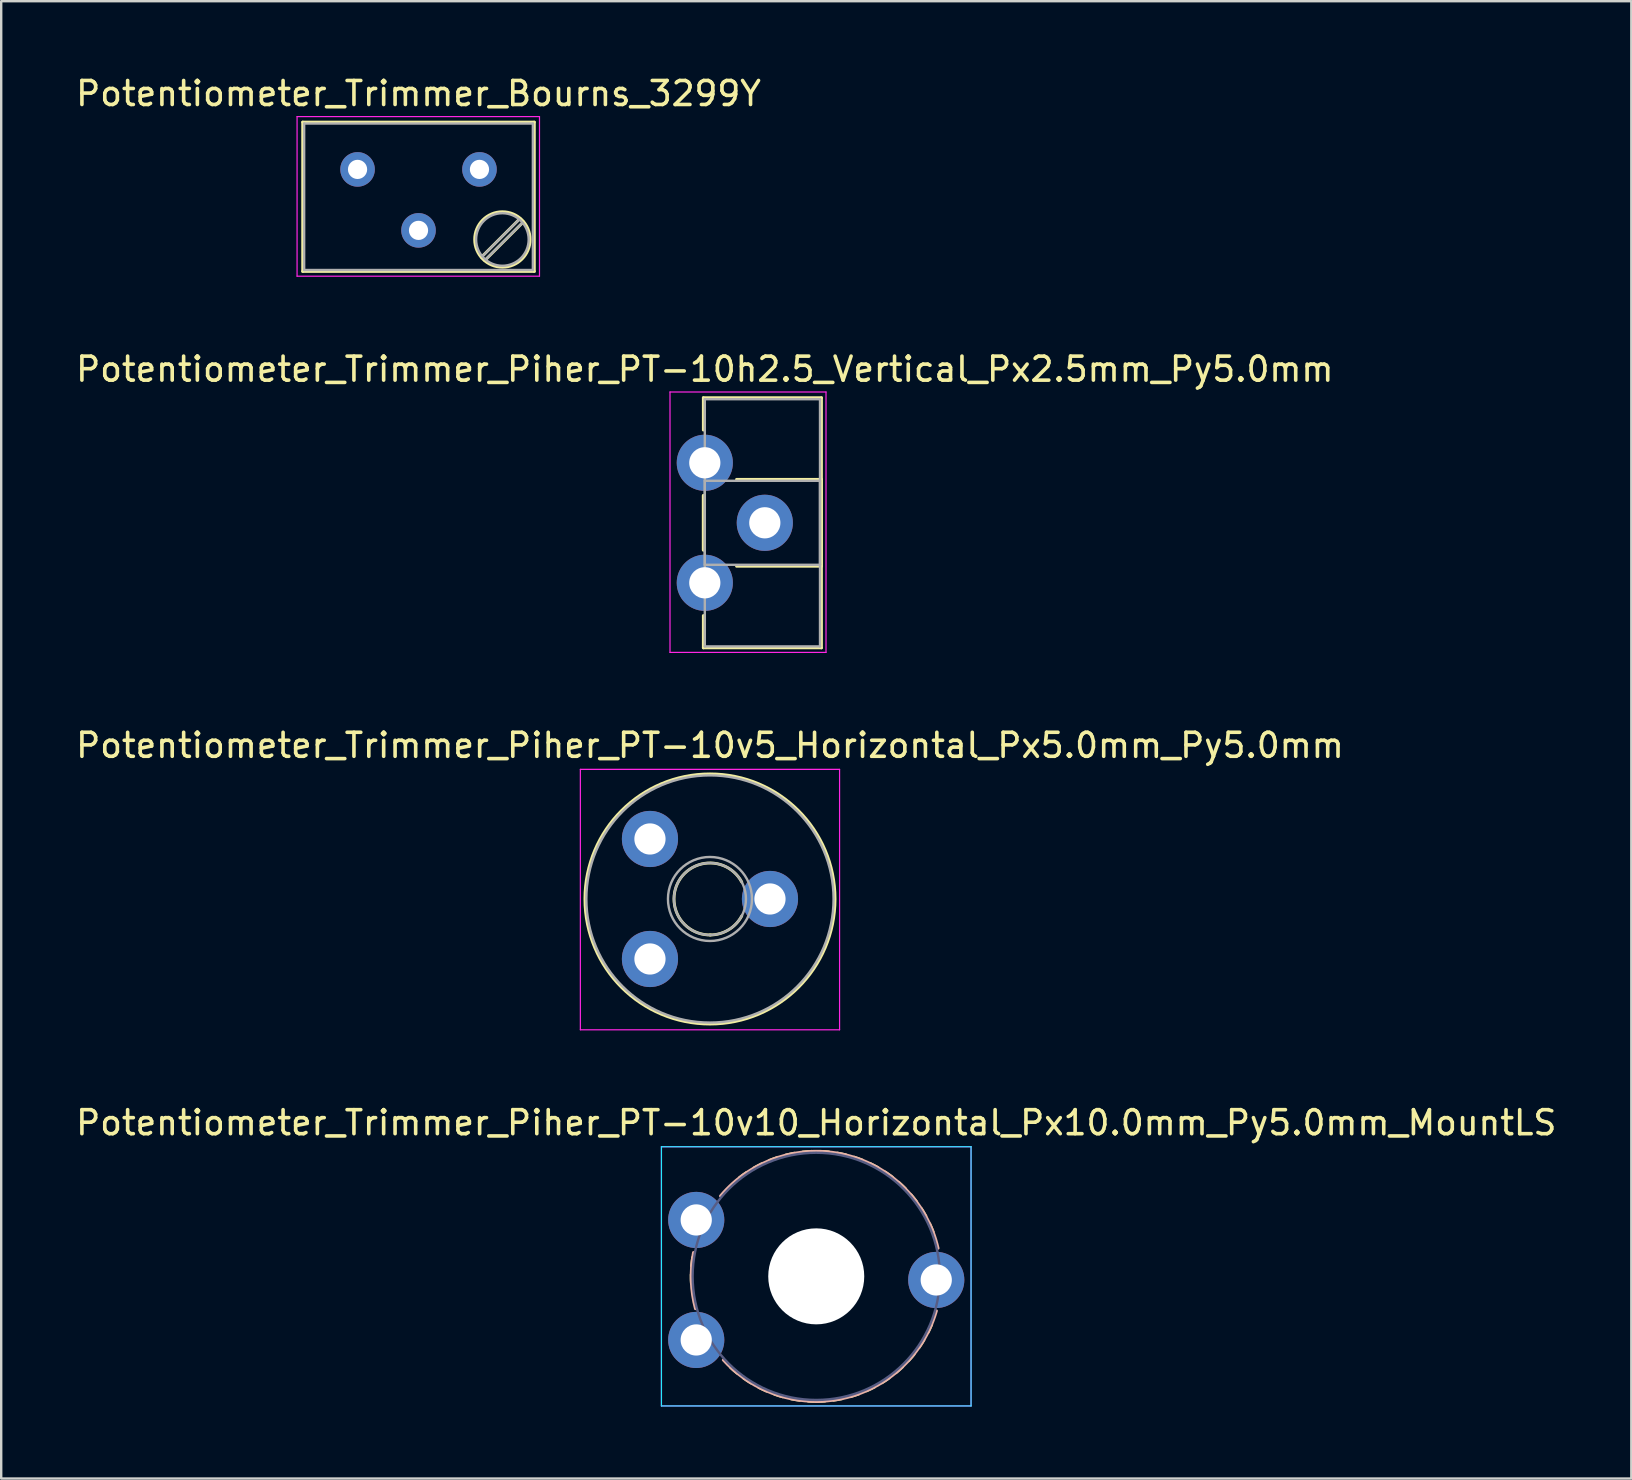
<source format=kicad_pcb>
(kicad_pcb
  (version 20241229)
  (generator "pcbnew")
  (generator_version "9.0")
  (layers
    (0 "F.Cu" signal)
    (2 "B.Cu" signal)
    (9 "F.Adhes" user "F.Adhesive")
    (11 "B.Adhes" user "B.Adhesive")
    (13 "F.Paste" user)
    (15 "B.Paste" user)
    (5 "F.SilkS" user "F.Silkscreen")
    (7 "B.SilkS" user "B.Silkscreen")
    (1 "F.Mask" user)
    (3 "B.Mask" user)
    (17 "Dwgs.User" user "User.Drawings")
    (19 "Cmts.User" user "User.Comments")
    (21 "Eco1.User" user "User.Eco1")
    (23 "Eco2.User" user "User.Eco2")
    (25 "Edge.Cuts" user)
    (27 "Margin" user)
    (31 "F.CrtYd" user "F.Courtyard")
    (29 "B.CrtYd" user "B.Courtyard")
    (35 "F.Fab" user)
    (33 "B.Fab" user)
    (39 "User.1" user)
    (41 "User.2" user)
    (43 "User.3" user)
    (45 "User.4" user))
  (footprint "Potentiometer_Trimmer_Piher_PT-10v5_Horizontal_Px5.0mm_Py5.0mm"
    (layer "F.Cu")
    (at 24.03 36.905)
    (property "Reference" "Potentiometer_Trimmer_Piher_PT-10v5_Horizontal_Px5.0mm_Py5.0mm" (at 2.5 -8.9 0) (layer "F.SilkS") (effects (font (size 1 1) (thickness 0.15))))
    (attr through_hole)
    (fp_arc (start 2.527185 -1.000698) (mid 1.208953 -3.261057) (end 3.825 -3.204) (stroke (width 0.12) (type solid)) (layer "F.SilkS"))
    (fp_arc (start 3.825421 -1.795793) (mid 3.273557 -1.21425) (end 2.501 -1) (stroke (width 0.12) (type solid)) (layer "F.SilkS"))
    (fp_circle (center 2.501 -2.5) (end 7.711 -2.5) (stroke (width 0.12) (type solid)) (fill no) (layer "F.SilkS"))
    (fp_line (start -2.9 -7.9) (end -2.9 2.95) (stroke (width 0.05) (type solid)) (layer "F.CrtYd"))
    (fp_line (start -2.9 2.95) (end 7.9 2.95) (stroke (width 0.05) (type solid)) (layer "F.CrtYd"))
    (fp_line (start 7.9 -7.9) (end -2.9 -7.9) (stroke (width 0.05) (type solid)) (layer "F.CrtYd"))
    (fp_line (start 7.9 2.95) (end 7.9 -7.9) (stroke (width 0.05) (type solid)) (layer "F.CrtYd"))
    (fp_circle (center 2.5 -2.5) (end 4 -2.5) (stroke (width 0.1) (type solid)) (fill no) (layer "F.Fab"))
    (fp_circle (center 2.5 -2.5) (end 4.25 -2.5) (stroke (width 0.1) (type solid)) (fill no) (layer "F.Fab"))
    (fp_circle (center 2.5 -2.5) (end 7.65 -2.5) (stroke (width 0.1) (type solid)) (fill no) (layer "F.Fab"))
    (pad "1" thru_hole circle (at 0 0) (size 2.34 2.34) (drill 1.3) (layers "*.Cu" "*.Mask"))
    (pad "2" thru_hole circle (at 5 -2.5) (size 2.34 2.34) (drill 1.3) (layers "*.Cu" "*.Mask"))
    (pad "3" thru_hole circle (at 0 -5) (size 2.34 2.34) (drill 1.3) (layers "*.Cu" "*.Mask")))
  (footprint "Potentiometer_Trimmer_Bourns_3299Y"
    (layer "F.Cu")
    (at 16.927 4.008)
    (property "Reference" "Potentiometer_Trimmer_Bourns_3299Y" (at -2.54 -3.16 0) (layer "F.SilkS") (effects (font (size 1 1) (thickness 0.15))))
    (attr through_hole)
    (fp_line (start -7.365 -1.97) (end -7.365 4.25) (stroke (width 0.12) (type solid)) (layer "F.SilkS"))
    (fp_line (start -7.365 -1.97) (end 2.285 -1.97) (stroke (width 0.12) (type solid)) (layer "F.SilkS"))
    (fp_line (start -7.365 4.25) (end 2.285 4.25) (stroke (width 0.12) (type solid)) (layer "F.SilkS"))
    (fp_line (start 1.691 2.045) (end 0.079 3.655) (stroke (width 0.12) (type solid)) (layer "F.SilkS"))
    (fp_line (start 1.831 2.186) (end 0.22 3.796) (stroke (width 0.12) (type solid)) (layer "F.SilkS"))
    (fp_line (start 2.285 -1.97) (end 2.285 4.25) (stroke (width 0.12) (type solid)) (layer "F.SilkS"))
    (fp_circle (center 0.955 2.92) (end 2.11 2.92) (stroke (width 0.12) (type solid)) (fill no) (layer "F.SilkS"))
    (fp_line (start -7.6 -2.2) (end -7.6 4.45) (stroke (width 0.05) (type solid)) (layer "F.CrtYd"))
    (fp_line (start -7.6 4.45) (end 2.5 4.45) (stroke (width 0.05) (type solid)) (layer "F.CrtYd"))
    (fp_line (start 2.5 -2.2) (end -7.6 -2.2) (stroke (width 0.05) (type solid)) (layer "F.CrtYd"))
    (fp_line (start 2.5 4.45) (end 2.5 -2.2) (stroke (width 0.05) (type solid)) (layer "F.CrtYd"))
    (fp_line (start -7.305 -1.91) (end -7.305 4.19) (stroke (width 0.1) (type solid)) (layer "F.Fab"))
    (fp_line (start -7.305 4.19) (end 2.225 4.19) (stroke (width 0.1) (type solid)) (layer "F.Fab"))
    (fp_line (start 1.652 2.09) (end 0.125 3.617) (stroke (width 0.1) (type solid)) (layer "F.Fab"))
    (fp_line (start 1.786 2.224) (end 0.259 3.751) (stroke (width 0.1) (type solid)) (layer "F.Fab"))
    (fp_line (start 2.225 -1.91) (end -7.305 -1.91) (stroke (width 0.1) (type solid)) (layer "F.Fab"))
    (fp_line (start 2.225 4.19) (end 2.225 -1.91) (stroke (width 0.1) (type solid)) (layer "F.Fab"))
    (fp_circle (center 0.955 2.92) (end 2.05 2.92) (stroke (width 0.1) (type solid)) (fill no) (layer "F.Fab"))
    (pad "1" thru_hole circle (at 0 0) (size 1.44 1.44) (drill 0.8) (layers "*.Cu" "*.Mask"))
    (pad "2" thru_hole circle (at -2.54 2.54) (size 1.44 1.44) (drill 0.8) (layers "*.Cu" "*.Mask"))
    (pad "3" thru_hole circle (at -5.08 0) (size 1.44 1.44) (drill 0.8) (layers "*.Cu" "*.Mask")))
  (footprint "Potentiometer_Trimmer_Piher_PT-10v10_Horizontal_Px10.0mm_Py5.0mm_MountLS"
    (layer "F.Cu")
    (at 25.958 52.778)
    (property "Reference" "Potentiometer_Trimmer_Piher_PT-10v10_Horizontal_Px10.0mm_Py5.0mm_MountLS" (at 5 -9.05 0) (layer "F.SilkS") (effects (font (size 1 1) (thickness 0.15))))
    (attr through_hole)
    (fp_arc (start -0.202261 -2.357396) (mid -0.209304 -2.53913) (end -0.21 -2.721) (stroke (width 0.12) (type solid)) (layer "F.SilkS"))
    (fp_arc (start -0.192423 -3.076835) (mid -0.174364 -3.257788) (end -0.15 -3.438) (stroke (width 0.12) (type solid)) (layer "F.SilkS"))
    (fp_arc (start 1.702355 1.383858) (mid 1.563584 1.266315) (end 1.429 1.144) (stroke (width 0.12) (type solid)) (layer "F.SilkS"))
    (fp_arc (start 1.807942 -6.768365) (mid 1.953615 -6.877257) (end 2.103 -6.981) (stroke (width 0.12) (type solid)) (layer "F.SilkS"))
    (fp_arc (start 2.28874 1.798965) (mid 2.135125 1.701633) (end 1.985 1.599) (stroke (width 0.12) (type solid)) (layer "F.SilkS"))
    (fp_arc (start 2.405519 -7.168024) (mid 2.564776 -7.255818) (end 2.727 -7.338) (stroke (width 0.12) (type solid)) (layer "F.SilkS"))
    (fp_arc (start 2.927403 2.130221) (mid 2.761838 2.054976) (end 2.599 1.974) (stroke (width 0.12) (type solid)) (layer "F.SilkS"))
    (fp_arc (start 3.053127 -7.482966) (mid 3.222981 -7.547967) (end 3.395 -7.607) (stroke (width 0.12) (type solid)) (layer "F.SilkS"))
    (fp_arc (start 3.605815 2.370483) (mid 3.431452 2.318768) (end 3.259 2.261) (stroke (width 0.12) (type solid)) (layer "F.SilkS"))
    (fp_arc (start 3.737289 -7.705232) (mid 3.914483 -7.74622) (end 4.093 -7.781) (stroke (width 0.12) (type solid)) (layer "F.SilkS"))
    (fp_arc (start 4.31059 2.514672) (mid 4.130765 2.487466) (end 3.952 2.454) (stroke (width 0.12) (type solid)) (layer "F.SilkS"))
    (fp_arc (start 4.445246 -7.830923) (mid 4.626395 -7.847128) (end 4.808 -7.857) (stroke (width 0.12) (type solid)) (layer "F.SilkS"))
    (fp_arc (start 5.02855 2.560701) (mid 4.846682 2.558523) (end 4.665 2.55) (stroke (width 0.12) (type solid)) (layer "F.SilkS"))
    (fp_arc (start 5.164099 -7.858134) (mid 5.34576 -7.849234) (end 5.527 -7.834) (stroke (width 0.12) (type solid)) (layer "F.SilkS"))
    (fp_arc (start 5.363431 2.547309) (mid 5.181826 2.556826) (end 5 2.56) (stroke (width 0.12) (type solid)) (layer "F.SilkS"))
    (fp_arc (start 5.879882 -7.785888) (mid 6.058586 -7.752052) (end 6.236 -7.712) (stroke (width 0.12) (type solid)) (layer "F.SilkS"))
    (fp_arc (start 6.076264 2.448343) (mid 5.897679 2.482798) (end 5.718 2.511) (stroke (width 0.12) (type solid)) (layer "F.SilkS"))
    (fp_arc (start 6.579488 -7.615275) (mid 6.751811 -7.557127) (end 6.922 -7.493) (stroke (width 0.12) (type solid)) (layer "F.SilkS"))
    (fp_arc (start 6.768225 2.251595) (mid 6.596085 2.310319) (end 6.422 2.363) (stroke (width 0.12) (type solid)) (layer "F.SilkS"))
    (fp_arc (start 7.248601 -7.350304) (mid 7.411269 -7.268966) (end 7.571 -7.182) (stroke (width 0.12) (type solid)) (layer "F.SilkS"))
    (fp_arc (start 7.426556 1.960964) (mid 7.264157 2.042841) (end 7.099 2.119) (stroke (width 0.12) (type solid)) (layer "F.SilkS"))
    (fp_arc (start 7.873835 -6.996055) (mid 8.023759 -6.893112) (end 8.17 -6.785) (stroke (width 0.12) (type solid)) (layer "F.SilkS"))
    (fp_arc (start 8.038705 1.583343) (mid 7.889112 1.686813) (end 7.736 1.785) (stroke (width 0.12) (type solid)) (layer "F.SilkS"))
    (fp_arc (start 8.445724 -6.558883) (mid 8.580043 -6.436248) (end 8.71 -6.309) (stroke (width 0.12) (type solid)) (layer "F.SilkS"))
    (fp_arc (start 8.592982 1.123558) (mid 8.459098 1.246652) (end 8.321 1.365) (stroke (width 0.12) (type solid)) (layer "F.SilkS"))
    (fp_arc (start 8.950671 -6.046859) (mid 9.066813 -5.906914) (end 9.178 -5.763) (stroke (width 0.12) (type solid)) (layer "F.SilkS"))
    (fp_arc (start 9.078184 0.593421) (mid 8.962506 0.733772) (end 8.842 0.87) (stroke (width 0.12) (type solid)) (layer "F.SilkS"))
    (fp_arc (start 9.380926 -5.470468) (mid 9.47669 -5.315858) (end 9.567 -5.158) (stroke (width 0.12) (type solid)) (layer "F.SilkS"))
    (fp_arc (start 9.48582 0.000542) (mid 9.390585 0.15548) (end 9.29 0.307) (stroke (width 0.12) (type solid)) (layer "F.SilkS"))
    (fp_arc (start 9.727811 -4.839128) (mid 9.80133 -4.672796) (end 9.869 -4.504) (stroke (width 0.12) (type solid)) (layer "F.SilkS"))
    (fp_arc (start 9.808746 -0.642551) (mid 9.735758 -0.475951) (end 9.657 -0.312) (stroke (width 0.12) (type solid)) (layer "F.SilkS"))
    (fp_arc (start -0.033072 -1.301133) (mid -0.207504 -2.467899) (end -0.115 -3.644) (stroke (width 0.12) (type solid)) (layer "B.SilkS"))
    (fp_arc (start 1.009383 -5.999947) (mid 6.217378 -7.716079) (end 10.077 -3.821) (stroke (width 0.12) (type solid)) (layer "B.SilkS"))
    (fp_arc (start 5.090657 2.559257) (mid 2.922251 2.127817) (end 1.128 0.836) (stroke (width 0.12) (type solid)) (layer "B.SilkS"))
    (fp_arc (start 10.008173 -1.213929) (mid 8.135456 1.510891) (end 5 2.56) (stroke (width 0.12) (type solid)) (layer "B.SilkS"))
    (fp_line (start -1.45 -8.05) (end -1.45 2.75) (stroke (width 0.05) (type solid)) (layer "B.CrtYd"))
    (fp_line (start -1.45 2.75) (end 11.45 2.75) (stroke (width 0.05) (type solid)) (layer "B.CrtYd"))
    (fp_line (start 11.45 -8.05) (end -1.45 -8.05) (stroke (width 0.05) (type solid)) (layer "B.CrtYd"))
    (fp_line (start 11.45 2.75) (end 11.45 -8.05) (stroke (width 0.05) (type solid)) (layer "B.CrtYd"))
    (fp_line (start -1.45 -8.05) (end -1.45 2.75) (stroke (width 0.05) (type solid)) (layer "F.CrtYd"))
    (fp_line (start -1.45 2.75) (end 11.45 2.75) (stroke (width 0.05) (type solid)) (layer "F.CrtYd"))
    (fp_line (start 11.45 -8.05) (end -1.45 -8.05) (stroke (width 0.05) (type solid)) (layer "F.CrtYd"))
    (fp_line (start 11.45 2.75) (end 11.45 -8.05) (stroke (width 0.05) (type solid)) (layer "F.CrtYd"))
    (fp_circle (center 5 -2.65) (end 6.5 -2.65) (stroke (width 0.1) (type solid)) (fill no) (layer "B.Fab"))
    (fp_circle (center 5 -2.65) (end 6.75 -2.65) (stroke (width 0.1) (type solid)) (fill no) (layer "B.Fab"))
    (fp_circle (center 5 -2.65) (end 10.15 -2.65) (stroke (width 0.1) (type solid)) (fill no) (layer "B.Fab"))
    (pad "" np_thru_hole circle (at 5 -2.65) (size 4 4) (drill 4) (layers "*.Cu" "*.Mask"))
    (pad "1" thru_hole circle (at 0 0) (size 2.34 2.34) (drill 1.3) (layers "*.Cu" "*.Mask"))
    (pad "2" thru_hole circle (at 10 -2.5) (size 2.34 2.34) (drill 1.3) (layers "*.Cu" "*.Mask"))
    (pad "3" thru_hole circle (at 0 -5) (size 2.34 2.34) (drill 1.3) (layers "*.Cu" "*.Mask")))
  (footprint "Potentiometer_Trimmer_Piher_PT-10h2.5_Vertical_Px2.5mm_Py5.0mm"
    (layer "F.Cu")
    (at 26.315 16.232)
    (property "Reference" "Potentiometer_Trimmer_Piher_PT-10h2.5_Vertical_Px2.5mm_Py5.0mm" (at 0 -3.9 0) (layer "F.SilkS") (effects (font (size 1 1) (thickness 0.15))))
    (attr through_hole)
    (fp_line (start -0.061 -2.711) (end -0.061 -1.365) (stroke (width 0.12) (type solid)) (layer "F.SilkS"))
    (fp_line (start -0.061 -2.711) (end 4.86 -2.711) (stroke (width 0.12) (type solid)) (layer "F.SilkS"))
    (fp_line (start -0.061 1.365) (end -0.061 3.635) (stroke (width 0.12) (type solid)) (layer "F.SilkS"))
    (fp_line (start -0.061 1.365) (end -0.061 3.635) (stroke (width 0.12) (type solid)) (layer "F.SilkS"))
    (fp_line (start -0.061 6.365) (end -0.061 7.71) (stroke (width 0.12) (type solid)) (layer "F.SilkS"))
    (fp_line (start -0.061 7.71) (end 4.86 7.71) (stroke (width 0.12) (type solid)) (layer "F.SilkS"))
    (fp_line (start 1.323 0.69) (end 4.86 0.69) (stroke (width 0.12) (type solid)) (layer "F.SilkS"))
    (fp_line (start 1.323 4.31) (end 4.86 4.31) (stroke (width 0.12) (type solid)) (layer "F.SilkS"))
    (fp_line (start 4.86 -2.711) (end 4.86 7.71) (stroke (width 0.12) (type solid)) (layer "F.SilkS"))
    (fp_line (start 4.86 0.69) (end 4.86 4.31) (stroke (width 0.12) (type solid)) (layer "F.SilkS"))
    (fp_line (start -1.45 -2.95) (end -1.45 7.9) (stroke (width 0.05) (type solid)) (layer "F.CrtYd"))
    (fp_line (start -1.45 7.9) (end 5.05 7.9) (stroke (width 0.05) (type solid)) (layer "F.CrtYd"))
    (fp_line (start 5.05 -2.95) (end -1.45 -2.95) (stroke (width 0.05) (type solid)) (layer "F.CrtYd"))
    (fp_line (start 5.05 7.9) (end 5.05 -2.95) (stroke (width 0.05) (type solid)) (layer "F.CrtYd"))
    (fp_line (start 0 -2.65) (end 4.8 -2.65) (stroke (width 0.1) (type solid)) (layer "F.Fab"))
    (fp_line (start 0 0.75) (end 0 4.25) (stroke (width 0.1) (type solid)) (layer "F.Fab"))
    (fp_line (start 0 4.25) (end 4.8 4.25) (stroke (width 0.1) (type solid)) (layer "F.Fab"))
    (fp_line (start 0 7.65) (end 0 -2.65) (stroke (width 0.1) (type solid)) (layer "F.Fab"))
    (fp_line (start 4.8 -2.65) (end 4.8 7.65) (stroke (width 0.1) (type solid)) (layer "F.Fab"))
    (fp_line (start 4.8 0.75) (end 0 0.75) (stroke (width 0.1) (type solid)) (layer "F.Fab"))
    (fp_line (start 4.8 4.25) (end 4.8 0.75) (stroke (width 0.1) (type solid)) (layer "F.Fab"))
    (fp_line (start 4.8 7.65) (end 0 7.65) (stroke (width 0.1) (type solid)) (layer "F.Fab"))
    (pad "1" thru_hole circle (at 0 0) (size 2.34 2.34) (drill 1.3) (layers "*.Cu" "*.Mask"))
    (pad "2" thru_hole circle (at 2.5 2.5) (size 2.34 2.34) (drill 1.3) (layers "*.Cu" "*.Mask"))
    (pad "3" thru_hole circle (at 0 5) (size 2.34 2.34) (drill 1.3) (layers "*.Cu" "*.Mask")))
  (gr_rect
    (start -3 -3)
    (end 64.917 58.553)
    (stroke (width 0.1) (type default))
    (fill no)
    (layer "Edge.Cuts")))
</source>
